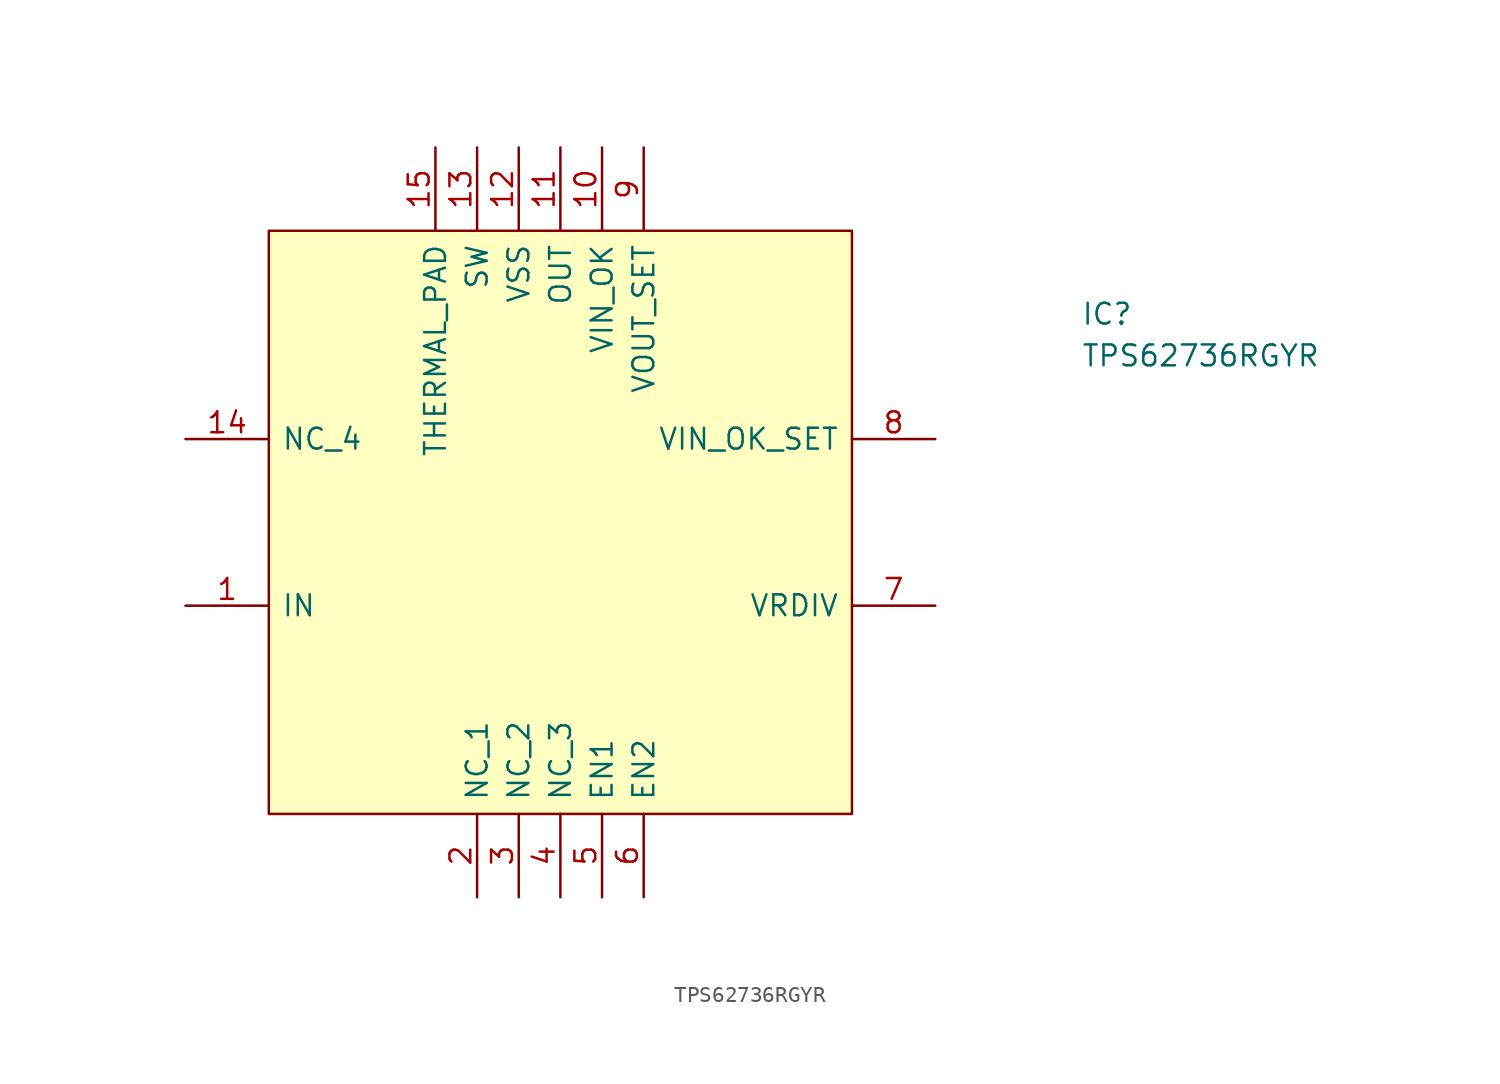
<source format=kicad_sym>
(kicad_symbol_lib
  (version 20211014)
  (generator kicad_symbol_editor)
  (symbol "TPS62736RGYR"
    (pin_names
      (offset 0.762))
    (property "Reference" "IC"
      (at 31.75 12.7 0)
      (effects (font (size 1.27 1.27)) (justify left)))
    (property "Value" "TPS62736RGYR"
      (at 31.75 10.16 0)
      (effects (font (size 1.27 1.27)) (justify left)))
    (symbol "TPS62736RGYR_0_0"
      (pin passive line (at -22.86 -5.08 0) (length 5.08) (name "IN" (effects (font (size 1.27 1.27)))) (number "1" (effects (font (size 1.27 1.27)))))
      (pin passive line (at 2.54 22.86 270) (length 5.08) (name "VIN_OK" (effects (font (size 1.27 1.27)))) (number "10" (effects (font (size 1.27 1.27)))))
      (pin passive line (at 0 22.86 270) (length 5.08) (name "OUT" (effects (font (size 1.27 1.27)))) (number "11" (effects (font (size 1.27 1.27)))))
      (pin passive line (at -2.54 22.86 270) (length 5.08) (name "VSS" (effects (font (size 1.27 1.27)))) (number "12" (effects (font (size 1.27 1.27)))))
      (pin passive line (at -5.08 22.86 270) (length 5.08) (name "SW" (effects (font (size 1.27 1.27)))) (number "13" (effects (font (size 1.27 1.27)))))
      (pin passive line (at -22.86 5.08 0) (length 5.08) (name "NC_4" (effects (font (size 1.27 1.27)))) (number "14" (effects (font (size 1.27 1.27)))))
      (pin passive line (at -7.62 22.86 270) (length 5.08) (name "THERMAL_PAD" (effects (font (size 1.27 1.27)))) (number "15" (effects (font (size 1.27 1.27)))))
      (pin passive line (at -5.08 -22.86 90) (length 5.08) (name "NC_1" (effects (font (size 1.27 1.27)))) (number "2" (effects (font (size 1.27 1.27)))))
      (pin passive line (at -2.54 -22.86 90) (length 5.08) (name "NC_2" (effects (font (size 1.27 1.27)))) (number "3" (effects (font (size 1.27 1.27)))))
      (pin passive line (at 0 -22.86 90) (length 5.08) (name "NC_3" (effects (font (size 1.27 1.27)))) (number "4" (effects (font (size 1.27 1.27)))))
      (pin passive line (at 2.54 -22.86 90) (length 5.08) (name "EN1" (effects (font (size 1.27 1.27)))) (number "5" (effects (font (size 1.27 1.27)))))
      (pin passive line (at 5.08 -22.86 90) (length 5.08) (name "EN2" (effects (font (size 1.27 1.27)))) (number "6" (effects (font (size 1.27 1.27)))))
      (pin passive line (at 22.86 -5.08 180) (length 5.08) (name "VRDIV" (effects (font (size 1.27 1.27)))) (number "7" (effects (font (size 1.27 1.27)))))
      (pin passive line (at 22.86 5.08 180) (length 5.08) (name "VIN_OK_SET" (effects (font (size 1.27 1.27)))) (number "8" (effects (font (size 1.27 1.27)))))
      (pin passive line (at 5.08 22.86 270) (length 5.08) (name "VOUT_SET" (effects (font (size 1.27 1.27)))) (number "9" (effects (font (size 1.27 1.27))))))
    (symbol "TPS62736RGYR_0_1"
      (polyline (pts (xy -17.78 17.78) (xy 17.78 17.78) (xy 17.78 -17.78) (xy -17.78 -17.78) (xy -17.78 17.78)) (stroke (width 0.152) (type default) (color 0 0 0 0)) (fill (type background))))))
</source>
